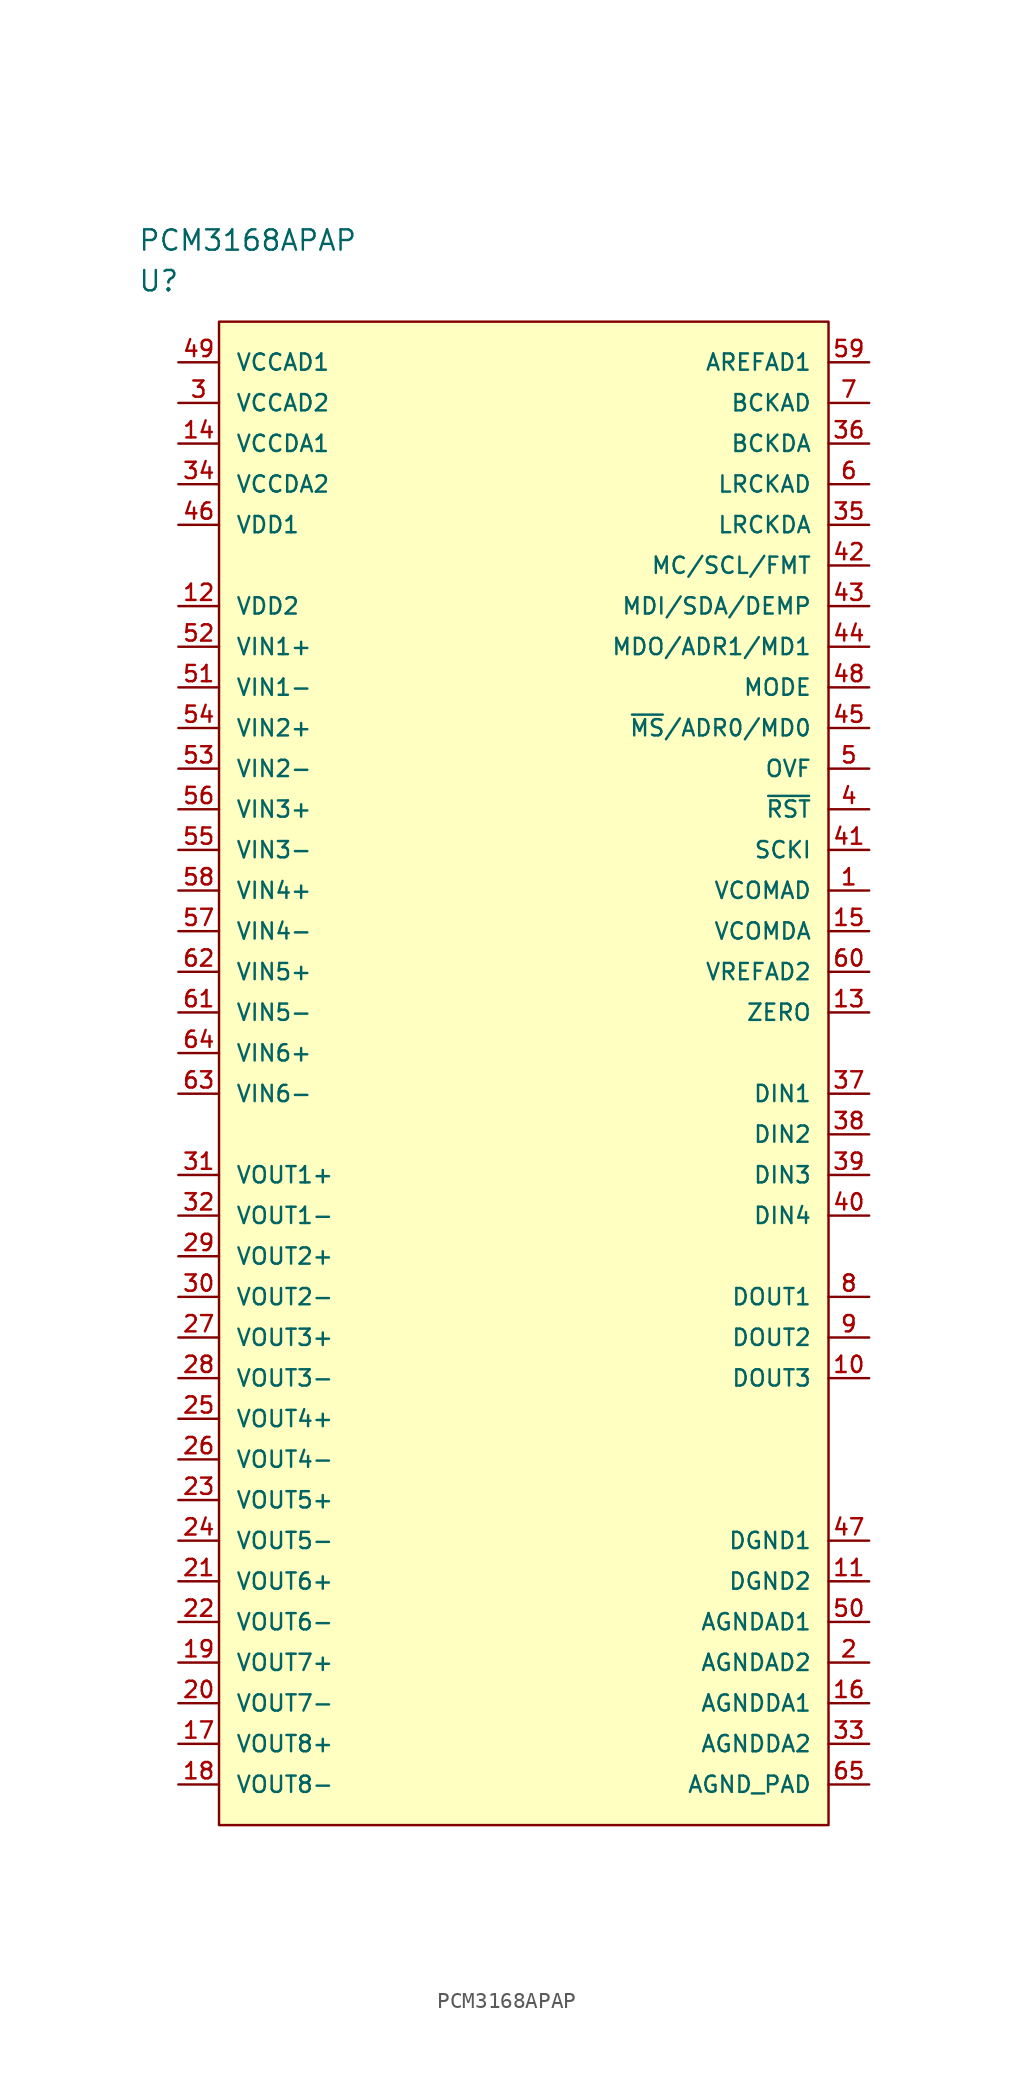
<source format=kicad_sym>
(kicad_symbol_lib
  (version 20220914)
  (generator kicad_symbol_editor)
  (symbol "PCM3168APAP"
    (pin_names
      (offset 1.016))
    (property "Reference" "U"
      (at 0 5.08 0)
      (effects (font (size 1.27 1.27)) (justify left)))
    (property "Value" "PCM3168APAP"
      (at 0 7.62 0)
      (effects (font (size 1.27 1.27)) (justify left)))
    (property "ki_locked" ""
      (at 0 0 0)
      (effects (font (size 1.27 1.27))))
    (symbol "PCM3168APAP_1_1"
      (rectangle (start 5.08 2.54) (end 43.18 -91.44) (stroke (width 0) (type solid)) (fill (type background)))
      (pin unspecified line (at 45.72 -33.02 180) (length 2.54) (name "VCOMAD" (effects (font (size 1.016 1.016)))) (number "1" (effects (font (size 1.016 1.016)))))
      (pin unspecified line (at 45.72 -63.5 180) (length 2.54) (name "DOUT3" (effects (font (size 1.016 1.016)))) (number "10" (effects (font (size 1.016 1.016)))))
      (pin unspecified line (at 45.72 -76.2 180) (length 2.54) (name "DGND2" (effects (font (size 1.016 1.016)))) (number "11" (effects (font (size 1.016 1.016)))))
      (pin unspecified line (at 2.54 -15.24 0) (length 2.54) (name "VDD2" (effects (font (size 1.016 1.016)))) (number "12" (effects (font (size 1.016 1.016)))))
      (pin unspecified line (at 45.72 -40.64 180) (length 2.54) (name "ZERO" (effects (font (size 1.016 1.016)))) (number "13" (effects (font (size 1.016 1.016)))))
      (pin unspecified line (at 2.54 -5.08 0) (length 2.54) (name "VCCDA1" (effects (font (size 1.016 1.016)))) (number "14" (effects (font (size 1.016 1.016)))))
      (pin unspecified line (at 45.72 -35.56 180) (length 2.54) (name "VCOMDA" (effects (font (size 1.016 1.016)))) (number "15" (effects (font (size 1.016 1.016)))))
      (pin unspecified line (at 45.72 -83.82 180) (length 2.54) (name "AGNDDA1" (effects (font (size 1.016 1.016)))) (number "16" (effects (font (size 1.016 1.016)))))
      (pin unspecified line (at 2.54 -86.36 0) (length 2.54) (name "VOUT8+" (effects (font (size 1.016 1.016)))) (number "17" (effects (font (size 1.016 1.016)))))
      (pin unspecified line (at 2.54 -88.9 0) (length 2.54) (name "VOUT8-" (effects (font (size 1.016 1.016)))) (number "18" (effects (font (size 1.016 1.016)))))
      (pin unspecified line (at 2.54 -81.28 0) (length 2.54) (name "VOUT7+" (effects (font (size 1.016 1.016)))) (number "19" (effects (font (size 1.016 1.016)))))
      (pin unspecified line (at 45.72 -81.28 180) (length 2.54) (name "AGNDAD2" (effects (font (size 1.016 1.016)))) (number "2" (effects (font (size 1.016 1.016)))))
      (pin unspecified line (at 2.54 -83.82 0) (length 2.54) (name "VOUT7-" (effects (font (size 1.016 1.016)))) (number "20" (effects (font (size 1.016 1.016)))))
      (pin unspecified line (at 2.54 -76.2 0) (length 2.54) (name "VOUT6+" (effects (font (size 1.016 1.016)))) (number "21" (effects (font (size 1.016 1.016)))))
      (pin unspecified line (at 2.54 -78.74 0) (length 2.54) (name "VOUT6-" (effects (font (size 1.016 1.016)))) (number "22" (effects (font (size 1.016 1.016)))))
      (pin unspecified line (at 2.54 -71.12 0) (length 2.54) (name "VOUT5+" (effects (font (size 1.016 1.016)))) (number "23" (effects (font (size 1.016 1.016)))))
      (pin unspecified line (at 2.54 -73.66 0) (length 2.54) (name "VOUT5-" (effects (font (size 1.016 1.016)))) (number "24" (effects (font (size 1.016 1.016)))))
      (pin unspecified line (at 2.54 -66.04 0) (length 2.54) (name "VOUT4+" (effects (font (size 1.016 1.016)))) (number "25" (effects (font (size 1.016 1.016)))))
      (pin unspecified line (at 2.54 -68.58 0) (length 2.54) (name "VOUT4-" (effects (font (size 1.016 1.016)))) (number "26" (effects (font (size 1.016 1.016)))))
      (pin unspecified line (at 2.54 -60.96 0) (length 2.54) (name "VOUT3+" (effects (font (size 1.016 1.016)))) (number "27" (effects (font (size 1.016 1.016)))))
      (pin unspecified line (at 2.54 -63.5 0) (length 2.54) (name "VOUT3-" (effects (font (size 1.016 1.016)))) (number "28" (effects (font (size 1.016 1.016)))))
      (pin unspecified line (at 2.54 -55.88 0) (length 2.54) (name "VOUT2+" (effects (font (size 1.016 1.016)))) (number "29" (effects (font (size 1.016 1.016)))))
      (pin unspecified line (at 2.54 -2.54 0) (length 2.54) (name "VCCAD2" (effects (font (size 1.016 1.016)))) (number "3" (effects (font (size 1.016 1.016)))))
      (pin unspecified line (at 2.54 -58.42 0) (length 2.54) (name "VOUT2-" (effects (font (size 1.016 1.016)))) (number "30" (effects (font (size 1.016 1.016)))))
      (pin unspecified line (at 2.54 -50.8 0) (length 2.54) (name "VOUT1+" (effects (font (size 1.016 1.016)))) (number "31" (effects (font (size 1.016 1.016)))))
      (pin unspecified line (at 2.54 -53.34 0) (length 2.54) (name "VOUT1-" (effects (font (size 1.016 1.016)))) (number "32" (effects (font (size 1.016 1.016)))))
      (pin unspecified line (at 45.72 -86.36 180) (length 2.54) (name "AGNDDA2" (effects (font (size 1.016 1.016)))) (number "33" (effects (font (size 1.016 1.016)))))
      (pin unspecified line (at 2.54 -7.62 0) (length 2.54) (name "VCCDA2" (effects (font (size 1.016 1.016)))) (number "34" (effects (font (size 1.016 1.016)))))
      (pin unspecified line (at 45.72 -10.16 180) (length 2.54) (name "LRCKDA" (effects (font (size 1.016 1.016)))) (number "35" (effects (font (size 1.016 1.016)))))
      (pin unspecified line (at 45.72 -5.08 180) (length 2.54) (name "BCKDA" (effects (font (size 1.016 1.016)))) (number "36" (effects (font (size 1.016 1.016)))))
      (pin unspecified line (at 45.72 -45.72 180) (length 2.54) (name "DIN1" (effects (font (size 1.016 1.016)))) (number "37" (effects (font (size 1.016 1.016)))))
      (pin unspecified line (at 45.72 -48.26 180) (length 2.54) (name "DIN2" (effects (font (size 1.016 1.016)))) (number "38" (effects (font (size 1.016 1.016)))))
      (pin unspecified line (at 45.72 -50.8 180) (length 2.54) (name "DIN3" (effects (font (size 1.016 1.016)))) (number "39" (effects (font (size 1.016 1.016)))))
      (pin unspecified line (at 45.72 -27.94 180) (length 2.54) (name "~{RST}" (effects (font (size 1.016 1.016)))) (number "4" (effects (font (size 1.016 1.016)))))
      (pin unspecified line (at 45.72 -53.34 180) (length 2.54) (name "DIN4" (effects (font (size 1.016 1.016)))) (number "40" (effects (font (size 1.016 1.016)))))
      (pin unspecified line (at 45.72 -30.48 180) (length 2.54) (name "SCKI" (effects (font (size 1.016 1.016)))) (number "41" (effects (font (size 1.016 1.016)))))
      (pin unspecified line (at 45.72 -12.7 180) (length 2.54) (name "MC/SCL/FMT" (effects (font (size 1.016 1.016)))) (number "42" (effects (font (size 1.016 1.016)))))
      (pin unspecified line (at 45.72 -15.24 180) (length 2.54) (name "MDI/SDA/DEMP" (effects (font (size 1.016 1.016)))) (number "43" (effects (font (size 1.016 1.016)))))
      (pin unspecified line (at 45.72 -17.78 180) (length 2.54) (name "MDO/ADR1/MD1" (effects (font (size 1.016 1.016)))) (number "44" (effects (font (size 1.016 1.016)))))
      (pin unspecified line (at 45.72 -22.86 180) (length 2.54) (name "~{MS}/ADR0/MD0" (effects (font (size 1.016 1.016)))) (number "45" (effects (font (size 1.016 1.016)))))
      (pin unspecified line (at 2.54 -10.16 0) (length 2.54) (name "VDD1" (effects (font (size 1.016 1.016)))) (number "46" (effects (font (size 1.016 1.016)))))
      (pin unspecified line (at 45.72 -73.66 180) (length 2.54) (name "DGND1" (effects (font (size 1.016 1.016)))) (number "47" (effects (font (size 1.016 1.016)))))
      (pin unspecified line (at 45.72 -20.32 180) (length 2.54) (name "MODE" (effects (font (size 1.016 1.016)))) (number "48" (effects (font (size 1.016 1.016)))))
      (pin unspecified line (at 2.54 0 0) (length 2.54) (name "VCCAD1" (effects (font (size 1.016 1.016)))) (number "49" (effects (font (size 1.016 1.016)))))
      (pin unspecified line (at 45.72 -25.4 180) (length 2.54) (name "OVF" (effects (font (size 1.016 1.016)))) (number "5" (effects (font (size 1.016 1.016)))))
      (pin unspecified line (at 45.72 -78.74 180) (length 2.54) (name "AGNDAD1" (effects (font (size 1.016 1.016)))) (number "50" (effects (font (size 1.016 1.016)))))
      (pin unspecified line (at 2.54 -20.32 0) (length 2.54) (name "VIN1-" (effects (font (size 1.016 1.016)))) (number "51" (effects (font (size 1.016 1.016)))))
      (pin unspecified line (at 2.54 -17.78 0) (length 2.54) (name "VIN1+" (effects (font (size 1.016 1.016)))) (number "52" (effects (font (size 1.016 1.016)))))
      (pin unspecified line (at 2.54 -25.4 0) (length 2.54) (name "VIN2-" (effects (font (size 1.016 1.016)))) (number "53" (effects (font (size 1.016 1.016)))))
      (pin unspecified line (at 2.54 -22.86 0) (length 2.54) (name "VIN2+" (effects (font (size 1.016 1.016)))) (number "54" (effects (font (size 1.016 1.016)))))
      (pin unspecified line (at 2.54 -30.48 0) (length 2.54) (name "VIN3-" (effects (font (size 1.016 1.016)))) (number "55" (effects (font (size 1.016 1.016)))))
      (pin unspecified line (at 2.54 -27.94 0) (length 2.54) (name "VIN3+" (effects (font (size 1.016 1.016)))) (number "56" (effects (font (size 1.016 1.016)))))
      (pin unspecified line (at 2.54 -35.56 0) (length 2.54) (name "VIN4-" (effects (font (size 1.016 1.016)))) (number "57" (effects (font (size 1.016 1.016)))))
      (pin unspecified line (at 2.54 -33.02 0) (length 2.54) (name "VIN4+" (effects (font (size 1.016 1.016)))) (number "58" (effects (font (size 1.016 1.016)))))
      (pin unspecified line (at 45.72 0 180) (length 2.54) (name "AREFAD1" (effects (font (size 1.016 1.016)))) (number "59" (effects (font (size 1.016 1.016)))))
      (pin unspecified line (at 45.72 -7.62 180) (length 2.54) (name "LRCKAD" (effects (font (size 1.016 1.016)))) (number "6" (effects (font (size 1.016 1.016)))))
      (pin unspecified line (at 45.72 -38.1 180) (length 2.54) (name "VREFAD2" (effects (font (size 1.016 1.016)))) (number "60" (effects (font (size 1.016 1.016)))))
      (pin unspecified line (at 2.54 -40.64 0) (length 2.54) (name "VIN5-" (effects (font (size 1.016 1.016)))) (number "61" (effects (font (size 1.016 1.016)))))
      (pin unspecified line (at 2.54 -38.1 0) (length 2.54) (name "VIN5+" (effects (font (size 1.016 1.016)))) (number "62" (effects (font (size 1.016 1.016)))))
      (pin unspecified line (at 2.54 -45.72 0) (length 2.54) (name "VIN6-" (effects (font (size 1.016 1.016)))) (number "63" (effects (font (size 1.016 1.016)))))
      (pin unspecified line (at 2.54 -43.18 0) (length 2.54) (name "VIN6+" (effects (font (size 1.016 1.016)))) (number "64" (effects (font (size 1.016 1.016)))))
      (pin unspecified line (at 45.72 -88.9 180) (length 2.54) (name "AGND_PAD" (effects (font (size 1.016 1.016)))) (number "65" (effects (font (size 1.016 1.016)))))
      (pin unspecified line (at 45.72 -2.54 180) (length 2.54) (name "BCKAD" (effects (font (size 1.016 1.016)))) (number "7" (effects (font (size 1.016 1.016)))))
      (pin unspecified line (at 45.72 -58.42 180) (length 2.54) (name "DOUT1" (effects (font (size 1.016 1.016)))) (number "8" (effects (font (size 1.016 1.016)))))
      (pin unspecified line (at 45.72 -60.96 180) (length 2.54) (name "DOUT2" (effects (font (size 1.016 1.016)))) (number "9" (effects (font (size 1.016 1.016))))))))
</source>
